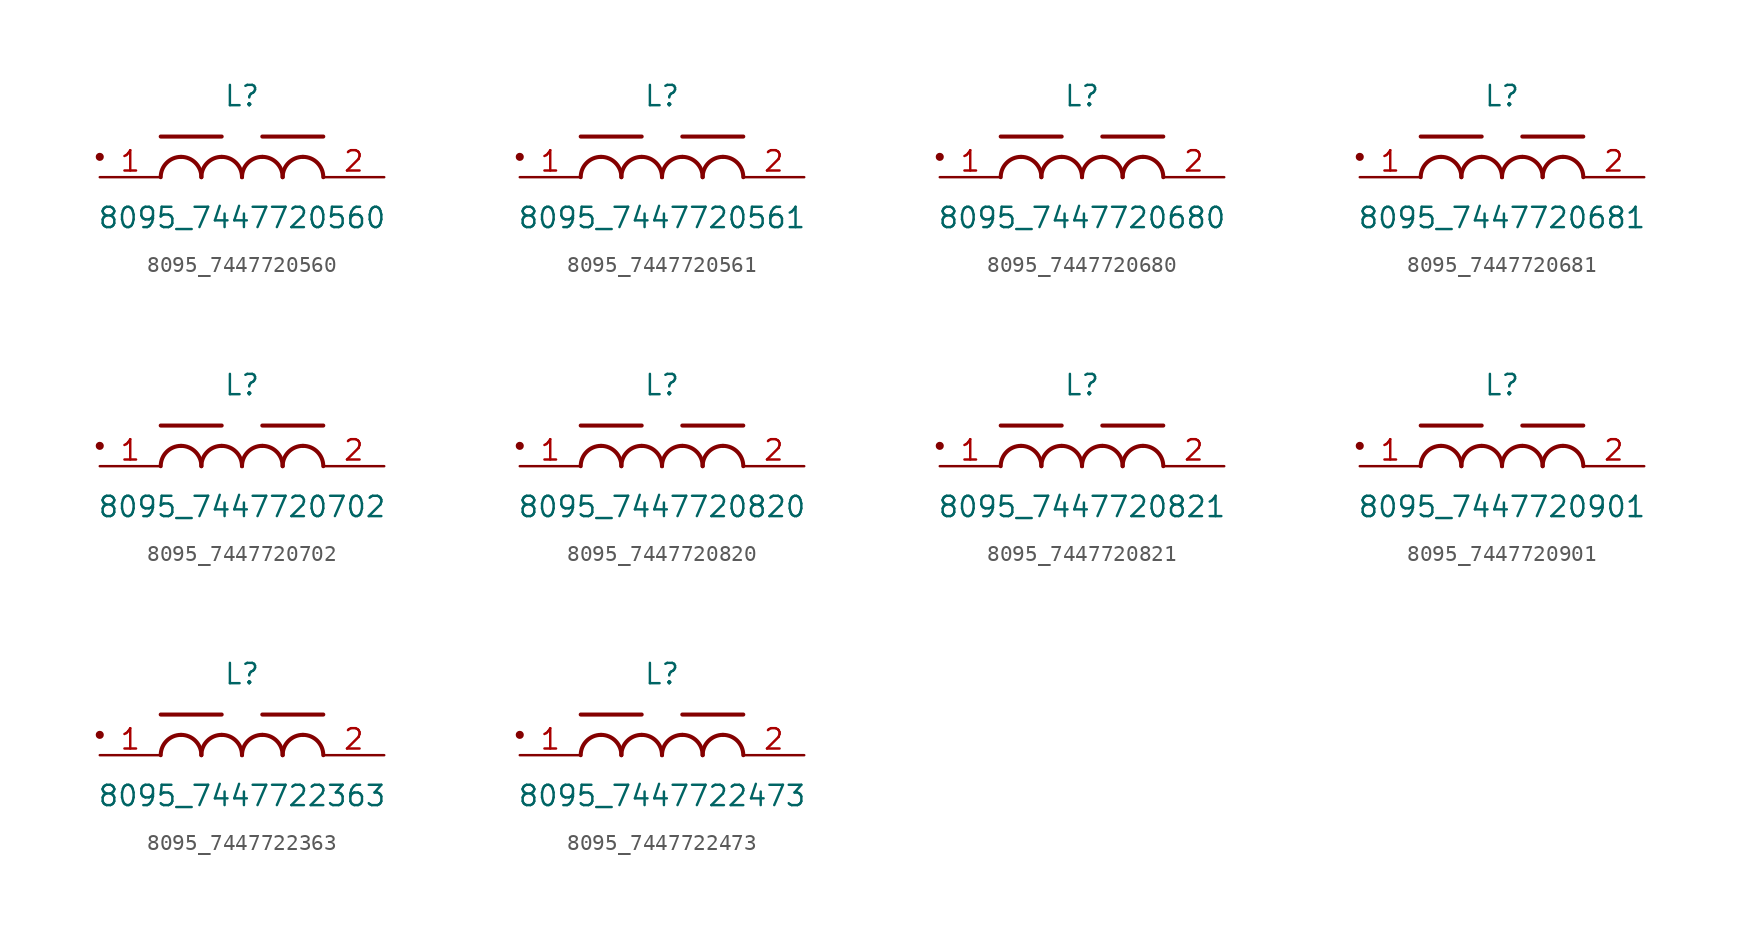
<source format=kicad_sym>
(kicad_symbol_lib
  (version 20211014)
  (generator kicad_symbol_editor)
  (symbol "Inductor_Wurth_WE-TI:8095_7447720560"
    (pin_names hide)
    (property "Reference" "L"
      (at 0 5.08 0)
      (effects (font (size 1.27 1.27))))
    (property "Value" "8095_7447720560"
      (at 0 -2.54 0)
      (effects (font (size 1.27 1.27))))
    (symbol "8095_7447720560_0_1"
      (circle (center -8.89 1.27) (radius 0.0001) (stroke (width 0.254)) (stroke (width 0.254) (type default) (color 0 0 0 0)) (fill (type none)))
      (arc (start -3.81 1.27) (mid -4.708 0.898) (end -5.08 0) (stroke (width 0.254) (type default) (color 0 0 0 0)) (fill (type none)))
      (arc (start -2.54 0) (mid -2.912 0.898) (end -3.81 1.27) (stroke (width 0.254) (type default) (color 0 0 0 0)) (fill (type none)))
      (arc (start -1.2699 1.2701) (mid -2.1679 0.8981) (end -2.5399 0.0001) (stroke (width 0.254) (type default) (color 0 0 0 0)) (fill (type none)))
      (polyline (pts (xy -5.08 2.54) (xy -1.27 2.54)) (stroke (width 0.254) (type default) (color 0 0 0 0)) (fill (type none)))
      (polyline (pts (xy 5.08 2.54) (xy 1.27 2.54)) (stroke (width 0.254) (type default) (color 0 0 0 0)) (fill (type none)))
      (arc (start 0.0001 0.0001) (mid -0.3719 0.8981) (end -1.2699 1.2701) (stroke (width 0.254) (type default) (color 0 0 0 0)) (fill (type none)))
      (arc (start 1.2701 1.2701) (mid 0.3721 0.8981) (end 0.0001 0.0001) (stroke (width 0.254) (type default) (color 0 0 0 0)) (fill (type none)))
      (arc (start 2.5401 0.0001) (mid 2.1681 0.8981) (end 1.2701 1.2701) (stroke (width 0.254) (type default) (color 0 0 0 0)) (fill (type none)))
      (arc (start 3.8101 1.2701) (mid 2.9121 0.8981) (end 2.5401 0.0001) (stroke (width 0.254) (type default) (color 0 0 0 0)) (fill (type none)))
      (arc (start 5.0801 0.0001) (mid 4.7081 0.8981) (end 3.8101 1.2701) (stroke (width 0.254) (type default) (color 0 0 0 0)) (fill (type none))))
    (symbol "8095_7447720560_1_1"
      (pin passive line (at -8.89 0 0) (length 3.81) (name "1" (effects (font (size 1.27 1.27)))) (number "1" (effects (font (size 1.27 1.27)))))
      (pin passive line (at 8.89 0 180) (length 3.81) (name "2" (effects (font (size 1.27 1.27)))) (number "2" (effects (font (size 1.27 1.27)))))))
  (symbol "Inductor_Wurth_WE-TI:8095_7447720561"
    (pin_names hide)
    (property "Reference" "L"
      (at 0 5.08 0)
      (effects (font (size 1.27 1.27))))
    (property "Value" "8095_7447720561"
      (at 0 -2.54 0)
      (effects (font (size 1.27 1.27))))
    (symbol "8095_7447720561_0_1"
      (circle (center -8.89 1.27) (radius 0.0001) (stroke (width 0.254)) (stroke (width 0.254) (type default) (color 0 0 0 0)) (fill (type none)))
      (arc (start -3.81 1.27) (mid -4.708 0.898) (end -5.08 0) (stroke (width 0.254) (type default) (color 0 0 0 0)) (fill (type none)))
      (arc (start -2.54 0) (mid -2.912 0.898) (end -3.81 1.27) (stroke (width 0.254) (type default) (color 0 0 0 0)) (fill (type none)))
      (arc (start -1.2699 1.2701) (mid -2.1679 0.8981) (end -2.5399 0.0001) (stroke (width 0.254) (type default) (color 0 0 0 0)) (fill (type none)))
      (polyline (pts (xy -5.08 2.54) (xy -1.27 2.54)) (stroke (width 0.254) (type default) (color 0 0 0 0)) (fill (type none)))
      (polyline (pts (xy 5.08 2.54) (xy 1.27 2.54)) (stroke (width 0.254) (type default) (color 0 0 0 0)) (fill (type none)))
      (arc (start 0.0001 0.0001) (mid -0.3719 0.8981) (end -1.2699 1.2701) (stroke (width 0.254) (type default) (color 0 0 0 0)) (fill (type none)))
      (arc (start 1.2701 1.2701) (mid 0.3721 0.8981) (end 0.0001 0.0001) (stroke (width 0.254) (type default) (color 0 0 0 0)) (fill (type none)))
      (arc (start 2.5401 0.0001) (mid 2.1681 0.8981) (end 1.2701 1.2701) (stroke (width 0.254) (type default) (color 0 0 0 0)) (fill (type none)))
      (arc (start 3.8101 1.2701) (mid 2.9121 0.8981) (end 2.5401 0.0001) (stroke (width 0.254) (type default) (color 0 0 0 0)) (fill (type none)))
      (arc (start 5.0801 0.0001) (mid 4.7081 0.8981) (end 3.8101 1.2701) (stroke (width 0.254) (type default) (color 0 0 0 0)) (fill (type none))))
    (symbol "8095_7447720561_1_1"
      (pin passive line (at -8.89 0 0) (length 3.81) (name "1" (effects (font (size 1.27 1.27)))) (number "1" (effects (font (size 1.27 1.27)))))
      (pin passive line (at 8.89 0 180) (length 3.81) (name "2" (effects (font (size 1.27 1.27)))) (number "2" (effects (font (size 1.27 1.27)))))))
  (symbol "Inductor_Wurth_WE-TI:8095_7447720680"
    (pin_names hide)
    (property "Reference" "L"
      (at 0 5.08 0)
      (effects (font (size 1.27 1.27))))
    (property "Value" "8095_7447720680"
      (at 0 -2.54 0)
      (effects (font (size 1.27 1.27))))
    (symbol "8095_7447720680_0_1"
      (circle (center -8.89 1.27) (radius 0.0001) (stroke (width 0.254)) (stroke (width 0.254) (type default) (color 0 0 0 0)) (fill (type none)))
      (arc (start -3.81 1.27) (mid -4.708 0.898) (end -5.08 0) (stroke (width 0.254) (type default) (color 0 0 0 0)) (fill (type none)))
      (arc (start -2.54 0) (mid -2.912 0.898) (end -3.81 1.27) (stroke (width 0.254) (type default) (color 0 0 0 0)) (fill (type none)))
      (arc (start -1.2699 1.2701) (mid -2.1679 0.8981) (end -2.5399 0.0001) (stroke (width 0.254) (type default) (color 0 0 0 0)) (fill (type none)))
      (polyline (pts (xy -5.08 2.54) (xy -1.27 2.54)) (stroke (width 0.254) (type default) (color 0 0 0 0)) (fill (type none)))
      (polyline (pts (xy 5.08 2.54) (xy 1.27 2.54)) (stroke (width 0.254) (type default) (color 0 0 0 0)) (fill (type none)))
      (arc (start 0.0001 0.0001) (mid -0.3719 0.8981) (end -1.2699 1.2701) (stroke (width 0.254) (type default) (color 0 0 0 0)) (fill (type none)))
      (arc (start 1.2701 1.2701) (mid 0.3721 0.8981) (end 0.0001 0.0001) (stroke (width 0.254) (type default) (color 0 0 0 0)) (fill (type none)))
      (arc (start 2.5401 0.0001) (mid 2.1681 0.8981) (end 1.2701 1.2701) (stroke (width 0.254) (type default) (color 0 0 0 0)) (fill (type none)))
      (arc (start 3.8101 1.2701) (mid 2.9121 0.8981) (end 2.5401 0.0001) (stroke (width 0.254) (type default) (color 0 0 0 0)) (fill (type none)))
      (arc (start 5.0801 0.0001) (mid 4.7081 0.8981) (end 3.8101 1.2701) (stroke (width 0.254) (type default) (color 0 0 0 0)) (fill (type none))))
    (symbol "8095_7447720680_1_1"
      (pin passive line (at -8.89 0 0) (length 3.81) (name "1" (effects (font (size 1.27 1.27)))) (number "1" (effects (font (size 1.27 1.27)))))
      (pin passive line (at 8.89 0 180) (length 3.81) (name "2" (effects (font (size 1.27 1.27)))) (number "2" (effects (font (size 1.27 1.27)))))))
  (symbol "Inductor_Wurth_WE-TI:8095_7447720681"
    (pin_names hide)
    (property "Reference" "L"
      (at 0 5.08 0)
      (effects (font (size 1.27 1.27))))
    (property "Value" "8095_7447720681"
      (at 0 -2.54 0)
      (effects (font (size 1.27 1.27))))
    (symbol "8095_7447720681_0_1"
      (circle (center -8.89 1.27) (radius 0.0001) (stroke (width 0.254)) (stroke (width 0.254) (type default) (color 0 0 0 0)) (fill (type none)))
      (arc (start -3.81 1.27) (mid -4.708 0.898) (end -5.08 0) (stroke (width 0.254) (type default) (color 0 0 0 0)) (fill (type none)))
      (arc (start -2.54 0) (mid -2.912 0.898) (end -3.81 1.27) (stroke (width 0.254) (type default) (color 0 0 0 0)) (fill (type none)))
      (arc (start -1.2699 1.2701) (mid -2.1679 0.8981) (end -2.5399 0.0001) (stroke (width 0.254) (type default) (color 0 0 0 0)) (fill (type none)))
      (polyline (pts (xy -5.08 2.54) (xy -1.27 2.54)) (stroke (width 0.254) (type default) (color 0 0 0 0)) (fill (type none)))
      (polyline (pts (xy 5.08 2.54) (xy 1.27 2.54)) (stroke (width 0.254) (type default) (color 0 0 0 0)) (fill (type none)))
      (arc (start 0.0001 0.0001) (mid -0.3719 0.8981) (end -1.2699 1.2701) (stroke (width 0.254) (type default) (color 0 0 0 0)) (fill (type none)))
      (arc (start 1.2701 1.2701) (mid 0.3721 0.8981) (end 0.0001 0.0001) (stroke (width 0.254) (type default) (color 0 0 0 0)) (fill (type none)))
      (arc (start 2.5401 0.0001) (mid 2.1681 0.8981) (end 1.2701 1.2701) (stroke (width 0.254) (type default) (color 0 0 0 0)) (fill (type none)))
      (arc (start 3.8101 1.2701) (mid 2.9121 0.8981) (end 2.5401 0.0001) (stroke (width 0.254) (type default) (color 0 0 0 0)) (fill (type none)))
      (arc (start 5.0801 0.0001) (mid 4.7081 0.8981) (end 3.8101 1.2701) (stroke (width 0.254) (type default) (color 0 0 0 0)) (fill (type none))))
    (symbol "8095_7447720681_1_1"
      (pin passive line (at -8.89 0 0) (length 3.81) (name "1" (effects (font (size 1.27 1.27)))) (number "1" (effects (font (size 1.27 1.27)))))
      (pin passive line (at 8.89 0 180) (length 3.81) (name "2" (effects (font (size 1.27 1.27)))) (number "2" (effects (font (size 1.27 1.27)))))))
  (symbol "Inductor_Wurth_WE-TI:8095_7447720702"
    (pin_names hide)
    (property "Reference" "L"
      (at 0 5.08 0)
      (effects (font (size 1.27 1.27))))
    (property "Value" "8095_7447720702"
      (at 0 -2.54 0)
      (effects (font (size 1.27 1.27))))
    (symbol "8095_7447720702_0_1"
      (circle (center -8.89 1.27) (radius 0.0001) (stroke (width 0.254)) (stroke (width 0.254) (type default) (color 0 0 0 0)) (fill (type none)))
      (arc (start -3.81 1.27) (mid -4.708 0.898) (end -5.08 0) (stroke (width 0.254) (type default) (color 0 0 0 0)) (fill (type none)))
      (arc (start -2.54 0) (mid -2.912 0.898) (end -3.81 1.27) (stroke (width 0.254) (type default) (color 0 0 0 0)) (fill (type none)))
      (arc (start -1.2699 1.2701) (mid -2.1679 0.8981) (end -2.5399 0.0001) (stroke (width 0.254) (type default) (color 0 0 0 0)) (fill (type none)))
      (polyline (pts (xy -5.08 2.54) (xy -1.27 2.54)) (stroke (width 0.254) (type default) (color 0 0 0 0)) (fill (type none)))
      (polyline (pts (xy 5.08 2.54) (xy 1.27 2.54)) (stroke (width 0.254) (type default) (color 0 0 0 0)) (fill (type none)))
      (arc (start 0.0001 0.0001) (mid -0.3719 0.8981) (end -1.2699 1.2701) (stroke (width 0.254) (type default) (color 0 0 0 0)) (fill (type none)))
      (arc (start 1.2701 1.2701) (mid 0.3721 0.8981) (end 0.0001 0.0001) (stroke (width 0.254) (type default) (color 0 0 0 0)) (fill (type none)))
      (arc (start 2.5401 0.0001) (mid 2.1681 0.8981) (end 1.2701 1.2701) (stroke (width 0.254) (type default) (color 0 0 0 0)) (fill (type none)))
      (arc (start 3.8101 1.2701) (mid 2.9121 0.8981) (end 2.5401 0.0001) (stroke (width 0.254) (type default) (color 0 0 0 0)) (fill (type none)))
      (arc (start 5.0801 0.0001) (mid 4.7081 0.8981) (end 3.8101 1.2701) (stroke (width 0.254) (type default) (color 0 0 0 0)) (fill (type none))))
    (symbol "8095_7447720702_1_1"
      (pin passive line (at -8.89 0 0) (length 3.81) (name "1" (effects (font (size 1.27 1.27)))) (number "1" (effects (font (size 1.27 1.27)))))
      (pin passive line (at 8.89 0 180) (length 3.81) (name "2" (effects (font (size 1.27 1.27)))) (number "2" (effects (font (size 1.27 1.27)))))))
  (symbol "Inductor_Wurth_WE-TI:8095_7447720820"
    (pin_names hide)
    (property "Reference" "L"
      (at 0 5.08 0)
      (effects (font (size 1.27 1.27))))
    (property "Value" "8095_7447720820"
      (at 0 -2.54 0)
      (effects (font (size 1.27 1.27))))
    (symbol "8095_7447720820_0_1"
      (circle (center -8.89 1.27) (radius 0.0001) (stroke (width 0.254)) (stroke (width 0.254) (type default) (color 0 0 0 0)) (fill (type none)))
      (arc (start -3.81 1.27) (mid -4.708 0.898) (end -5.08 0) (stroke (width 0.254) (type default) (color 0 0 0 0)) (fill (type none)))
      (arc (start -2.54 0) (mid -2.912 0.898) (end -3.81 1.27) (stroke (width 0.254) (type default) (color 0 0 0 0)) (fill (type none)))
      (arc (start -1.2699 1.2701) (mid -2.1679 0.8981) (end -2.5399 0.0001) (stroke (width 0.254) (type default) (color 0 0 0 0)) (fill (type none)))
      (polyline (pts (xy -5.08 2.54) (xy -1.27 2.54)) (stroke (width 0.254) (type default) (color 0 0 0 0)) (fill (type none)))
      (polyline (pts (xy 5.08 2.54) (xy 1.27 2.54)) (stroke (width 0.254) (type default) (color 0 0 0 0)) (fill (type none)))
      (arc (start 0.0001 0.0001) (mid -0.3719 0.8981) (end -1.2699 1.2701) (stroke (width 0.254) (type default) (color 0 0 0 0)) (fill (type none)))
      (arc (start 1.2701 1.2701) (mid 0.3721 0.8981) (end 0.0001 0.0001) (stroke (width 0.254) (type default) (color 0 0 0 0)) (fill (type none)))
      (arc (start 2.5401 0.0001) (mid 2.1681 0.8981) (end 1.2701 1.2701) (stroke (width 0.254) (type default) (color 0 0 0 0)) (fill (type none)))
      (arc (start 3.8101 1.2701) (mid 2.9121 0.8981) (end 2.5401 0.0001) (stroke (width 0.254) (type default) (color 0 0 0 0)) (fill (type none)))
      (arc (start 5.0801 0.0001) (mid 4.7081 0.8981) (end 3.8101 1.2701) (stroke (width 0.254) (type default) (color 0 0 0 0)) (fill (type none))))
    (symbol "8095_7447720820_1_1"
      (pin passive line (at -8.89 0 0) (length 3.81) (name "1" (effects (font (size 1.27 1.27)))) (number "1" (effects (font (size 1.27 1.27)))))
      (pin passive line (at 8.89 0 180) (length 3.81) (name "2" (effects (font (size 1.27 1.27)))) (number "2" (effects (font (size 1.27 1.27)))))))
  (symbol "Inductor_Wurth_WE-TI:8095_7447720821"
    (pin_names hide)
    (property "Reference" "L"
      (at 0 5.08 0)
      (effects (font (size 1.27 1.27))))
    (property "Value" "8095_7447720821"
      (at 0 -2.54 0)
      (effects (font (size 1.27 1.27))))
    (symbol "8095_7447720821_0_1"
      (circle (center -8.89 1.27) (radius 0.0001) (stroke (width 0.254)) (stroke (width 0.254) (type default) (color 0 0 0 0)) (fill (type none)))
      (arc (start -3.81 1.27) (mid -4.708 0.898) (end -5.08 0) (stroke (width 0.254) (type default) (color 0 0 0 0)) (fill (type none)))
      (arc (start -2.54 0) (mid -2.912 0.898) (end -3.81 1.27) (stroke (width 0.254) (type default) (color 0 0 0 0)) (fill (type none)))
      (arc (start -1.2699 1.2701) (mid -2.1679 0.8981) (end -2.5399 0.0001) (stroke (width 0.254) (type default) (color 0 0 0 0)) (fill (type none)))
      (polyline (pts (xy -5.08 2.54) (xy -1.27 2.54)) (stroke (width 0.254) (type default) (color 0 0 0 0)) (fill (type none)))
      (polyline (pts (xy 5.08 2.54) (xy 1.27 2.54)) (stroke (width 0.254) (type default) (color 0 0 0 0)) (fill (type none)))
      (arc (start 0.0001 0.0001) (mid -0.3719 0.8981) (end -1.2699 1.2701) (stroke (width 0.254) (type default) (color 0 0 0 0)) (fill (type none)))
      (arc (start 1.2701 1.2701) (mid 0.3721 0.8981) (end 0.0001 0.0001) (stroke (width 0.254) (type default) (color 0 0 0 0)) (fill (type none)))
      (arc (start 2.5401 0.0001) (mid 2.1681 0.8981) (end 1.2701 1.2701) (stroke (width 0.254) (type default) (color 0 0 0 0)) (fill (type none)))
      (arc (start 3.8101 1.2701) (mid 2.9121 0.8981) (end 2.5401 0.0001) (stroke (width 0.254) (type default) (color 0 0 0 0)) (fill (type none)))
      (arc (start 5.0801 0.0001) (mid 4.7081 0.8981) (end 3.8101 1.2701) (stroke (width 0.254) (type default) (color 0 0 0 0)) (fill (type none))))
    (symbol "8095_7447720821_1_1"
      (pin passive line (at -8.89 0 0) (length 3.81) (name "1" (effects (font (size 1.27 1.27)))) (number "1" (effects (font (size 1.27 1.27)))))
      (pin passive line (at 8.89 0 180) (length 3.81) (name "2" (effects (font (size 1.27 1.27)))) (number "2" (effects (font (size 1.27 1.27)))))))
  (symbol "Inductor_Wurth_WE-TI:8095_7447720901"
    (pin_names hide)
    (property "Reference" "L"
      (at 0 5.08 0)
      (effects (font (size 1.27 1.27))))
    (property "Value" "8095_7447720901"
      (at 0 -2.54 0)
      (effects (font (size 1.27 1.27))))
    (symbol "8095_7447720901_0_1"
      (circle (center -8.89 1.27) (radius 0.0001) (stroke (width 0.254)) (stroke (width 0.254) (type default) (color 0 0 0 0)) (fill (type none)))
      (arc (start -3.81 1.27) (mid -4.708 0.898) (end -5.08 0) (stroke (width 0.254) (type default) (color 0 0 0 0)) (fill (type none)))
      (arc (start -2.54 0) (mid -2.912 0.898) (end -3.81 1.27) (stroke (width 0.254) (type default) (color 0 0 0 0)) (fill (type none)))
      (arc (start -1.2699 1.2701) (mid -2.1679 0.8981) (end -2.5399 0.0001) (stroke (width 0.254) (type default) (color 0 0 0 0)) (fill (type none)))
      (polyline (pts (xy -5.08 2.54) (xy -1.27 2.54)) (stroke (width 0.254) (type default) (color 0 0 0 0)) (fill (type none)))
      (polyline (pts (xy 5.08 2.54) (xy 1.27 2.54)) (stroke (width 0.254) (type default) (color 0 0 0 0)) (fill (type none)))
      (arc (start 0.0001 0.0001) (mid -0.3719 0.8981) (end -1.2699 1.2701) (stroke (width 0.254) (type default) (color 0 0 0 0)) (fill (type none)))
      (arc (start 1.2701 1.2701) (mid 0.3721 0.8981) (end 0.0001 0.0001) (stroke (width 0.254) (type default) (color 0 0 0 0)) (fill (type none)))
      (arc (start 2.5401 0.0001) (mid 2.1681 0.8981) (end 1.2701 1.2701) (stroke (width 0.254) (type default) (color 0 0 0 0)) (fill (type none)))
      (arc (start 3.8101 1.2701) (mid 2.9121 0.8981) (end 2.5401 0.0001) (stroke (width 0.254) (type default) (color 0 0 0 0)) (fill (type none)))
      (arc (start 5.0801 0.0001) (mid 4.7081 0.8981) (end 3.8101 1.2701) (stroke (width 0.254) (type default) (color 0 0 0 0)) (fill (type none))))
    (symbol "8095_7447720901_1_1"
      (pin passive line (at -8.89 0 0) (length 3.81) (name "1" (effects (font (size 1.27 1.27)))) (number "1" (effects (font (size 1.27 1.27)))))
      (pin passive line (at 8.89 0 180) (length 3.81) (name "2" (effects (font (size 1.27 1.27)))) (number "2" (effects (font (size 1.27 1.27)))))))
  (symbol "Inductor_Wurth_WE-TI:8095_7447722363"
    (pin_names hide)
    (property "Reference" "L"
      (at 0 5.08 0)
      (effects (font (size 1.27 1.27))))
    (property "Value" "8095_7447722363"
      (at 0 -2.54 0)
      (effects (font (size 1.27 1.27))))
    (symbol "8095_7447722363_0_1"
      (circle (center -8.89 1.27) (radius 0.0001) (stroke (width 0.254)) (stroke (width 0.254) (type default) (color 0 0 0 0)) (fill (type none)))
      (arc (start -3.81 1.27) (mid -4.708 0.898) (end -5.08 0) (stroke (width 0.254) (type default) (color 0 0 0 0)) (fill (type none)))
      (arc (start -2.54 0) (mid -2.912 0.898) (end -3.81 1.27) (stroke (width 0.254) (type default) (color 0 0 0 0)) (fill (type none)))
      (arc (start -1.2699 1.2701) (mid -2.1679 0.8981) (end -2.5399 0.0001) (stroke (width 0.254) (type default) (color 0 0 0 0)) (fill (type none)))
      (polyline (pts (xy -5.08 2.54) (xy -1.27 2.54)) (stroke (width 0.254) (type default) (color 0 0 0 0)) (fill (type none)))
      (polyline (pts (xy 5.08 2.54) (xy 1.27 2.54)) (stroke (width 0.254) (type default) (color 0 0 0 0)) (fill (type none)))
      (arc (start 0.0001 0.0001) (mid -0.3719 0.8981) (end -1.2699 1.2701) (stroke (width 0.254) (type default) (color 0 0 0 0)) (fill (type none)))
      (arc (start 1.2701 1.2701) (mid 0.3721 0.8981) (end 0.0001 0.0001) (stroke (width 0.254) (type default) (color 0 0 0 0)) (fill (type none)))
      (arc (start 2.5401 0.0001) (mid 2.1681 0.8981) (end 1.2701 1.2701) (stroke (width 0.254) (type default) (color 0 0 0 0)) (fill (type none)))
      (arc (start 3.8101 1.2701) (mid 2.9121 0.8981) (end 2.5401 0.0001) (stroke (width 0.254) (type default) (color 0 0 0 0)) (fill (type none)))
      (arc (start 5.0801 0.0001) (mid 4.7081 0.8981) (end 3.8101 1.2701) (stroke (width 0.254) (type default) (color 0 0 0 0)) (fill (type none))))
    (symbol "8095_7447722363_1_1"
      (pin passive line (at -8.89 0 0) (length 3.81) (name "1" (effects (font (size 1.27 1.27)))) (number "1" (effects (font (size 1.27 1.27)))))
      (pin passive line (at 8.89 0 180) (length 3.81) (name "2" (effects (font (size 1.27 1.27)))) (number "2" (effects (font (size 1.27 1.27)))))))
  (symbol "Inductor_Wurth_WE-TI:8095_7447722473"
    (pin_names hide)
    (property "Reference" "L"
      (at 0 5.08 0)
      (effects (font (size 1.27 1.27))))
    (property "Value" "8095_7447722473"
      (at 0 -2.54 0)
      (effects (font (size 1.27 1.27))))
    (symbol "8095_7447722473_0_1"
      (circle (center -8.89 1.27) (radius 0.0001) (stroke (width 0.254)) (stroke (width 0.254) (type default) (color 0 0 0 0)) (fill (type none)))
      (arc (start -3.81 1.27) (mid -4.708 0.898) (end -5.08 0) (stroke (width 0.254) (type default) (color 0 0 0 0)) (fill (type none)))
      (arc (start -2.54 0) (mid -2.912 0.898) (end -3.81 1.27) (stroke (width 0.254) (type default) (color 0 0 0 0)) (fill (type none)))
      (arc (start -1.2699 1.2701) (mid -2.1679 0.8981) (end -2.5399 0.0001) (stroke (width 0.254) (type default) (color 0 0 0 0)) (fill (type none)))
      (polyline (pts (xy -5.08 2.54) (xy -1.27 2.54)) (stroke (width 0.254) (type default) (color 0 0 0 0)) (fill (type none)))
      (polyline (pts (xy 5.08 2.54) (xy 1.27 2.54)) (stroke (width 0.254) (type default) (color 0 0 0 0)) (fill (type none)))
      (arc (start 0.0001 0.0001) (mid -0.3719 0.8981) (end -1.2699 1.2701) (stroke (width 0.254) (type default) (color 0 0 0 0)) (fill (type none)))
      (arc (start 1.2701 1.2701) (mid 0.3721 0.8981) (end 0.0001 0.0001) (stroke (width 0.254) (type default) (color 0 0 0 0)) (fill (type none)))
      (arc (start 2.5401 0.0001) (mid 2.1681 0.8981) (end 1.2701 1.2701) (stroke (width 0.254) (type default) (color 0 0 0 0)) (fill (type none)))
      (arc (start 3.8101 1.2701) (mid 2.9121 0.8981) (end 2.5401 0.0001) (stroke (width 0.254) (type default) (color 0 0 0 0)) (fill (type none)))
      (arc (start 5.0801 0.0001) (mid 4.7081 0.8981) (end 3.8101 1.2701) (stroke (width 0.254) (type default) (color 0 0 0 0)) (fill (type none))))
    (symbol "8095_7447722473_1_1"
      (pin passive line (at -8.89 0 0) (length 3.81) (name "1" (effects (font (size 1.27 1.27)))) (number "1" (effects (font (size 1.27 1.27)))))
      (pin passive line (at 8.89 0 180) (length 3.81) (name "2" (effects (font (size 1.27 1.27)))) (number "2" (effects (font (size 1.27 1.27))))))))
</source>
